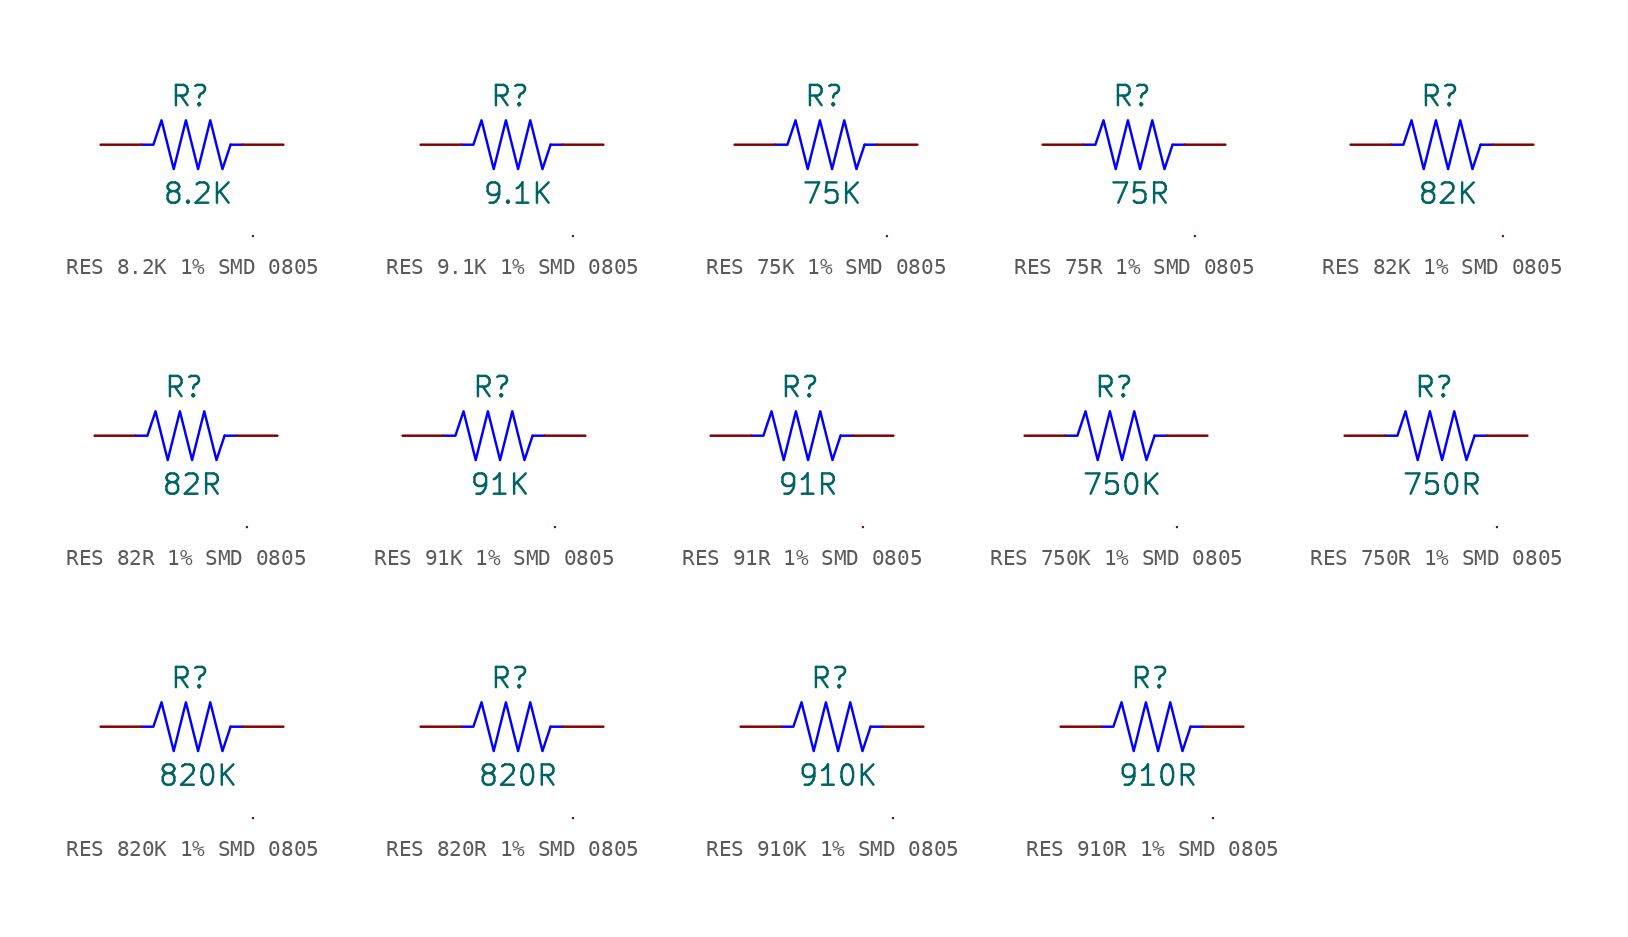
<source format=kicad_sym>
(kicad_symbol_lib
  (version 20231120)
  (generator "kicad_symbol_editor")
  (generator_version "8.0")
  (symbol "RES 8.2K 1% SMD 0805"
    (pin_numbers hide)
    (pin_names
      (offset 0) hide)
    (property "Reference" "R"
      (at -0.762 3.048 0)
      (effects (font (size 1.27 1.27))))
    (property "Value" "8.2K"
      (at -0.254 -3.048 0)
      (effects (font (size 1.27 1.27))))
    (symbol "RES 8.2K 1% SMD 0805_0_1"
      (polyline (pts (xy 1.778 0) (xy 2.54 0)) (stroke (width 0) (type default) (color 0 0 255 1)) (fill (type none)))
      (polyline (pts (xy 3.175 -5.715) (xy 3.175 -5.715)) (stroke (width 0) (type default)) (fill (type none)))
      (polyline (pts (xy -3.81 0) (xy -3.048 0) (xy -2.54 1.524) (xy -1.778 -1.524) (xy -1.016 1.524) (xy -0.254 -1.524) (xy 0.508 1.524) (xy 1.27 -1.524) (xy 1.778 0)) (stroke (width 0) (type default) (color 0 0 255 1)) (fill (type none))))
    (symbol "RES 8.2K 1% SMD 0805_1_1"
      (pin passive line (at -6.35 0 0) (length 2.54) (name "1" (effects (font (size 1.27 1.27)))) (number "1" (effects (font (size 1.27 1.27)))))
      (pin passive line (at 5.08 0 180) (length 2.54) (name "2" (effects (font (size 1.27 1.27)))) (number "2" (effects (font (size 1.27 1.27)))))))
  (symbol "RES 9.1K 1% SMD 0805"
    (pin_numbers hide)
    (pin_names
      (offset 0) hide)
    (property "Reference" "R"
      (at -0.762 3.048 0)
      (effects (font (size 1.27 1.27))))
    (property "Value" "9.1K"
      (at -0.254 -3.048 0)
      (effects (font (size 1.27 1.27))))
    (symbol "RES 9.1K 1% SMD 0805_0_1"
      (polyline (pts (xy 1.778 0) (xy 2.54 0)) (stroke (width 0) (type default) (color 0 0 255 1)) (fill (type none)))
      (polyline (pts (xy 3.175 -5.715) (xy 3.175 -5.715)) (stroke (width 0) (type default)) (fill (type none)))
      (polyline (pts (xy -3.81 0) (xy -3.048 0) (xy -2.54 1.524) (xy -1.778 -1.524) (xy -1.016 1.524) (xy -0.254 -1.524) (xy 0.508 1.524) (xy 1.27 -1.524) (xy 1.778 0)) (stroke (width 0) (type default) (color 0 0 255 1)) (fill (type none))))
    (symbol "RES 9.1K 1% SMD 0805_1_1"
      (pin passive line (at -6.35 0 0) (length 2.54) (name "1" (effects (font (size 1.27 1.27)))) (number "1" (effects (font (size 1.27 1.27)))))
      (pin passive line (at 5.08 0 180) (length 2.54) (name "2" (effects (font (size 1.27 1.27)))) (number "2" (effects (font (size 1.27 1.27)))))))
  (symbol "RES 75K 1% SMD 0805"
    (pin_numbers hide)
    (pin_names
      (offset 0) hide)
    (property "Reference" "R"
      (at -0.762 3.048 0)
      (effects (font (size 1.27 1.27))))
    (property "Value" "75K"
      (at -0.254 -3.048 0)
      (effects (font (size 1.27 1.27))))
    (symbol "RES 75K 1% SMD 0805_0_1"
      (polyline (pts (xy 1.778 0) (xy 2.54 0)) (stroke (width 0) (type default) (color 0 0 255 1)) (fill (type none)))
      (polyline (pts (xy 3.175 -5.715) (xy 3.175 -5.715)) (stroke (width 0) (type default)) (fill (type none)))
      (polyline (pts (xy -3.81 0) (xy -3.048 0) (xy -2.54 1.524) (xy -1.778 -1.524) (xy -1.016 1.524) (xy -0.254 -1.524) (xy 0.508 1.524) (xy 1.27 -1.524) (xy 1.778 0)) (stroke (width 0) (type default) (color 0 0 255 1)) (fill (type none))))
    (symbol "RES 75K 1% SMD 0805_1_1"
      (pin passive line (at -6.35 0 0) (length 2.54) (name "1" (effects (font (size 1.27 1.27)))) (number "1" (effects (font (size 1.27 1.27)))))
      (pin passive line (at 5.08 0 180) (length 2.54) (name "2" (effects (font (size 1.27 1.27)))) (number "2" (effects (font (size 1.27 1.27)))))))
  (symbol "RES 75R 1% SMD 0805"
    (pin_numbers hide)
    (pin_names
      (offset 0) hide)
    (property "Reference" "R"
      (at -0.762 3.048 0)
      (effects (font (size 1.27 1.27))))
    (property "Value" "75R"
      (at -0.254 -3.048 0)
      (effects (font (size 1.27 1.27))))
    (symbol "RES 75R 1% SMD 0805_0_1"
      (polyline (pts (xy 1.778 0) (xy 2.54 0)) (stroke (width 0) (type default) (color 0 0 255 1)) (fill (type none)))
      (polyline (pts (xy 3.175 -5.715) (xy 3.175 -5.715)) (stroke (width 0) (type default)) (fill (type none)))
      (polyline (pts (xy -3.81 0) (xy -3.048 0) (xy -2.54 1.524) (xy -1.778 -1.524) (xy -1.016 1.524) (xy -0.254 -1.524) (xy 0.508 1.524) (xy 1.27 -1.524) (xy 1.778 0)) (stroke (width 0) (type default) (color 0 0 255 1)) (fill (type none))))
    (symbol "RES 75R 1% SMD 0805_1_1"
      (pin passive line (at -6.35 0 0) (length 2.54) (name "1" (effects (font (size 1.27 1.27)))) (number "1" (effects (font (size 1.27 1.27)))))
      (pin passive line (at 5.08 0 180) (length 2.54) (name "2" (effects (font (size 1.27 1.27)))) (number "2" (effects (font (size 1.27 1.27)))))))
  (symbol "RES 82K 1% SMD 0805"
    (pin_numbers hide)
    (pin_names
      (offset 0) hide)
    (property "Reference" "R"
      (at -0.762 3.048 0)
      (effects (font (size 1.27 1.27))))
    (property "Value" "82K"
      (at -0.254 -3.048 0)
      (effects (font (size 1.27 1.27))))
    (symbol "RES 82K 1% SMD 0805_0_1"
      (polyline (pts (xy 1.778 0) (xy 2.54 0)) (stroke (width 0) (type default) (color 0 0 255 1)) (fill (type none)))
      (polyline (pts (xy 3.175 -5.715) (xy 3.175 -5.715)) (stroke (width 0) (type default)) (fill (type none)))
      (polyline (pts (xy -3.81 0) (xy -3.048 0) (xy -2.54 1.524) (xy -1.778 -1.524) (xy -1.016 1.524) (xy -0.254 -1.524) (xy 0.508 1.524) (xy 1.27 -1.524) (xy 1.778 0)) (stroke (width 0) (type default) (color 0 0 255 1)) (fill (type none))))
    (symbol "RES 82K 1% SMD 0805_1_1"
      (pin passive line (at -6.35 0 0) (length 2.54) (name "1" (effects (font (size 1.27 1.27)))) (number "1" (effects (font (size 1.27 1.27)))))
      (pin passive line (at 5.08 0 180) (length 2.54) (name "2" (effects (font (size 1.27 1.27)))) (number "2" (effects (font (size 1.27 1.27)))))))
  (symbol "RES 82R 1% SMD 0805"
    (pin_numbers hide)
    (pin_names
      (offset 0) hide)
    (property "Reference" "R"
      (at -0.762 3.048 0)
      (effects (font (size 1.27 1.27))))
    (property "Value" "82R"
      (at -0.254 -3.048 0)
      (effects (font (size 1.27 1.27))))
    (symbol "RES 82R 1% SMD 0805_0_1"
      (polyline (pts (xy 1.778 0) (xy 2.54 0)) (stroke (width 0) (type default) (color 0 0 255 1)) (fill (type none)))
      (polyline (pts (xy 3.175 -5.715) (xy 3.175 -5.715)) (stroke (width 0) (type default)) (fill (type none)))
      (polyline (pts (xy -3.81 0) (xy -3.048 0) (xy -2.54 1.524) (xy -1.778 -1.524) (xy -1.016 1.524) (xy -0.254 -1.524) (xy 0.508 1.524) (xy 1.27 -1.524) (xy 1.778 0)) (stroke (width 0) (type default) (color 0 0 255 1)) (fill (type none))))
    (symbol "RES 82R 1% SMD 0805_1_1"
      (pin passive line (at -6.35 0 0) (length 2.54) (name "1" (effects (font (size 1.27 1.27)))) (number "1" (effects (font (size 1.27 1.27)))))
      (pin passive line (at 5.08 0 180) (length 2.54) (name "2" (effects (font (size 1.27 1.27)))) (number "2" (effects (font (size 1.27 1.27)))))))
  (symbol "RES 91K 1% SMD 0805"
    (pin_numbers hide)
    (pin_names
      (offset 0) hide)
    (property "Reference" "R"
      (at -0.762 3.048 0)
      (effects (font (size 1.27 1.27))))
    (property "Value" "91K"
      (at -0.254 -3.048 0)
      (effects (font (size 1.27 1.27))))
    (symbol "RES 91K 1% SMD 0805_0_1"
      (polyline (pts (xy 1.778 0) (xy 2.54 0)) (stroke (width 0) (type default) (color 0 0 255 1)) (fill (type none)))
      (polyline (pts (xy 3.175 -5.715) (xy 3.175 -5.715)) (stroke (width 0) (type default)) (fill (type none)))
      (polyline (pts (xy -3.81 0) (xy -3.048 0) (xy -2.54 1.524) (xy -1.778 -1.524) (xy -1.016 1.524) (xy -0.254 -1.524) (xy 0.508 1.524) (xy 1.27 -1.524) (xy 1.778 0)) (stroke (width 0) (type default) (color 0 0 255 1)) (fill (type none))))
    (symbol "RES 91K 1% SMD 0805_1_1"
      (pin passive line (at -6.35 0 0) (length 2.54) (name "1" (effects (font (size 1.27 1.27)))) (number "1" (effects (font (size 1.27 1.27)))))
      (pin passive line (at 5.08 0 180) (length 2.54) (name "2" (effects (font (size 1.27 1.27)))) (number "2" (effects (font (size 1.27 1.27)))))))
  (symbol "RES 91R 1% SMD 0805"
    (pin_numbers hide)
    (pin_names
      (offset 0) hide)
    (property "Reference" "R"
      (at -0.762 3.048 0)
      (effects (font (size 1.27 1.27))))
    (property "Value" "91R"
      (at -0.254 -3.048 0)
      (effects (font (size 1.27 1.27))))
    (symbol "RES 91R 1% SMD 0805_0_1"
      (polyline (pts (xy 1.778 0) (xy 2.54 0)) (stroke (width 0) (type default) (color 0 0 255 1)) (fill (type none)))
      (polyline (pts (xy 3.175 -5.715) (xy 3.175 -5.715)) (stroke (width 0) (type default)) (fill (type none)))
      (polyline (pts (xy -3.81 0) (xy -3.048 0) (xy -2.54 1.524) (xy -1.778 -1.524) (xy -1.016 1.524) (xy -0.254 -1.524) (xy 0.508 1.524) (xy 1.27 -1.524) (xy 1.778 0)) (stroke (width 0) (type default) (color 0 0 255 1)) (fill (type none))))
    (symbol "RES 91R 1% SMD 0805_1_1"
      (pin passive line (at -6.35 0 0) (length 2.54) (name "1" (effects (font (size 1.27 1.27)))) (number "1" (effects (font (size 1.27 1.27)))))
      (pin passive line (at 5.08 0 180) (length 2.54) (name "2" (effects (font (size 1.27 1.27)))) (number "2" (effects (font (size 1.27 1.27)))))))
  (symbol "RES 750K 1% SMD 0805"
    (pin_numbers hide)
    (pin_names
      (offset 0) hide)
    (property "Reference" "R"
      (at -0.762 3.048 0)
      (effects (font (size 1.27 1.27))))
    (property "Value" "750K"
      (at -0.254 -3.048 0)
      (effects (font (size 1.27 1.27))))
    (symbol "RES 750K 1% SMD 0805_0_1"
      (polyline (pts (xy 1.778 0) (xy 2.54 0)) (stroke (width 0) (type default) (color 0 0 255 1)) (fill (type none)))
      (polyline (pts (xy 3.175 -5.715) (xy 3.175 -5.715)) (stroke (width 0) (type default)) (fill (type none)))
      (polyline (pts (xy -3.81 0) (xy -3.048 0) (xy -2.54 1.524) (xy -1.778 -1.524) (xy -1.016 1.524) (xy -0.254 -1.524) (xy 0.508 1.524) (xy 1.27 -1.524) (xy 1.778 0)) (stroke (width 0) (type default) (color 0 0 255 1)) (fill (type none))))
    (symbol "RES 750K 1% SMD 0805_1_1"
      (pin passive line (at -6.35 0 0) (length 2.54) (name "1" (effects (font (size 1.27 1.27)))) (number "1" (effects (font (size 1.27 1.27)))))
      (pin passive line (at 5.08 0 180) (length 2.54) (name "2" (effects (font (size 1.27 1.27)))) (number "2" (effects (font (size 1.27 1.27)))))))
  (symbol "RES 750R 1% SMD 0805"
    (pin_numbers hide)
    (pin_names
      (offset 0) hide)
    (property "Reference" "R"
      (at -0.762 3.048 0)
      (effects (font (size 1.27 1.27))))
    (property "Value" "750R"
      (at -0.254 -3.048 0)
      (effects (font (size 1.27 1.27))))
    (symbol "RES 750R 1% SMD 0805_0_1"
      (polyline (pts (xy 1.778 0) (xy 2.54 0)) (stroke (width 0) (type default) (color 0 0 255 1)) (fill (type none)))
      (polyline (pts (xy 3.175 -5.715) (xy 3.175 -5.715)) (stroke (width 0) (type default)) (fill (type none)))
      (polyline (pts (xy -3.81 0) (xy -3.048 0) (xy -2.54 1.524) (xy -1.778 -1.524) (xy -1.016 1.524) (xy -0.254 -1.524) (xy 0.508 1.524) (xy 1.27 -1.524) (xy 1.778 0)) (stroke (width 0) (type default) (color 0 0 255 1)) (fill (type none))))
    (symbol "RES 750R 1% SMD 0805_1_1"
      (pin passive line (at -6.35 0 0) (length 2.54) (name "1" (effects (font (size 1.27 1.27)))) (number "1" (effects (font (size 1.27 1.27)))))
      (pin passive line (at 5.08 0 180) (length 2.54) (name "2" (effects (font (size 1.27 1.27)))) (number "2" (effects (font (size 1.27 1.27)))))))
  (symbol "RES 820K 1% SMD 0805"
    (pin_numbers hide)
    (pin_names
      (offset 0) hide)
    (property "Reference" "R"
      (at -0.762 3.048 0)
      (effects (font (size 1.27 1.27))))
    (property "Value" "820K"
      (at -0.254 -3.048 0)
      (effects (font (size 1.27 1.27))))
    (symbol "RES 820K 1% SMD 0805_0_1"
      (polyline (pts (xy 1.778 0) (xy 2.54 0)) (stroke (width 0) (type default) (color 0 0 255 1)) (fill (type none)))
      (polyline (pts (xy 3.175 -5.715) (xy 3.175 -5.715)) (stroke (width 0) (type default)) (fill (type none)))
      (polyline (pts (xy -3.81 0) (xy -3.048 0) (xy -2.54 1.524) (xy -1.778 -1.524) (xy -1.016 1.524) (xy -0.254 -1.524) (xy 0.508 1.524) (xy 1.27 -1.524) (xy 1.778 0)) (stroke (width 0) (type default) (color 0 0 255 1)) (fill (type none))))
    (symbol "RES 820K 1% SMD 0805_1_1"
      (pin passive line (at -6.35 0 0) (length 2.54) (name "1" (effects (font (size 1.27 1.27)))) (number "1" (effects (font (size 1.27 1.27)))))
      (pin passive line (at 5.08 0 180) (length 2.54) (name "2" (effects (font (size 1.27 1.27)))) (number "2" (effects (font (size 1.27 1.27)))))))
  (symbol "RES 820R 1% SMD 0805"
    (pin_numbers hide)
    (pin_names
      (offset 0) hide)
    (property "Reference" "R"
      (at -0.762 3.048 0)
      (effects (font (size 1.27 1.27))))
    (property "Value" "820R"
      (at -0.254 -3.048 0)
      (effects (font (size 1.27 1.27))))
    (symbol "RES 820R 1% SMD 0805_0_1"
      (polyline (pts (xy 1.778 0) (xy 2.54 0)) (stroke (width 0) (type default) (color 0 0 255 1)) (fill (type none)))
      (polyline (pts (xy 3.175 -5.715) (xy 3.175 -5.715)) (stroke (width 0) (type default)) (fill (type none)))
      (polyline (pts (xy -3.81 0) (xy -3.048 0) (xy -2.54 1.524) (xy -1.778 -1.524) (xy -1.016 1.524) (xy -0.254 -1.524) (xy 0.508 1.524) (xy 1.27 -1.524) (xy 1.778 0)) (stroke (width 0) (type default) (color 0 0 255 1)) (fill (type none))))
    (symbol "RES 820R 1% SMD 0805_1_1"
      (pin passive line (at -6.35 0 0) (length 2.54) (name "1" (effects (font (size 1.27 1.27)))) (number "1" (effects (font (size 1.27 1.27)))))
      (pin passive line (at 5.08 0 180) (length 2.54) (name "2" (effects (font (size 1.27 1.27)))) (number "2" (effects (font (size 1.27 1.27)))))))
  (symbol "RES 910K 1% SMD 0805"
    (pin_numbers hide)
    (pin_names
      (offset 0) hide)
    (property "Reference" "R"
      (at -0.762 3.048 0)
      (effects (font (size 1.27 1.27))))
    (property "Value" "910K"
      (at -0.254 -3.048 0)
      (effects (font (size 1.27 1.27))))
    (symbol "RES 910K 1% SMD 0805_0_1"
      (polyline (pts (xy 1.778 0) (xy 2.54 0)) (stroke (width 0) (type default) (color 0 0 255 1)) (fill (type none)))
      (polyline (pts (xy 3.175 -5.715) (xy 3.175 -5.715)) (stroke (width 0) (type default)) (fill (type none)))
      (polyline (pts (xy -3.81 0) (xy -3.048 0) (xy -2.54 1.524) (xy -1.778 -1.524) (xy -1.016 1.524) (xy -0.254 -1.524) (xy 0.508 1.524) (xy 1.27 -1.524) (xy 1.778 0)) (stroke (width 0) (type default) (color 0 0 255 1)) (fill (type none))))
    (symbol "RES 910K 1% SMD 0805_1_1"
      (pin passive line (at -6.35 0 0) (length 2.54) (name "1" (effects (font (size 1.27 1.27)))) (number "1" (effects (font (size 1.27 1.27)))))
      (pin passive line (at 5.08 0 180) (length 2.54) (name "2" (effects (font (size 1.27 1.27)))) (number "2" (effects (font (size 1.27 1.27)))))))
  (symbol "RES 910R 1% SMD 0805"
    (pin_numbers hide)
    (pin_names
      (offset 0) hide)
    (property "Reference" "R"
      (at -0.762 3.048 0)
      (effects (font (size 1.27 1.27))))
    (property "Value" "910R"
      (at -0.254 -3.048 0)
      (effects (font (size 1.27 1.27))))
    (symbol "RES 910R 1% SMD 0805_0_1"
      (polyline (pts (xy 1.778 0) (xy 2.54 0)) (stroke (width 0) (type default) (color 0 0 255 1)) (fill (type none)))
      (polyline (pts (xy 3.175 -5.715) (xy 3.175 -5.715)) (stroke (width 0) (type default)) (fill (type none)))
      (polyline (pts (xy -3.81 0) (xy -3.048 0) (xy -2.54 1.524) (xy -1.778 -1.524) (xy -1.016 1.524) (xy -0.254 -1.524) (xy 0.508 1.524) (xy 1.27 -1.524) (xy 1.778 0)) (stroke (width 0) (type default) (color 0 0 255 1)) (fill (type none))))
    (symbol "RES 910R 1% SMD 0805_1_1"
      (pin passive line (at -6.35 0 0) (length 2.54) (name "1" (effects (font (size 1.27 1.27)))) (number "1" (effects (font (size 1.27 1.27)))))
      (pin passive line (at 5.08 0 180) (length 2.54) (name "2" (effects (font (size 1.27 1.27)))) (number "2" (effects (font (size 1.27 1.27))))))))
</source>
